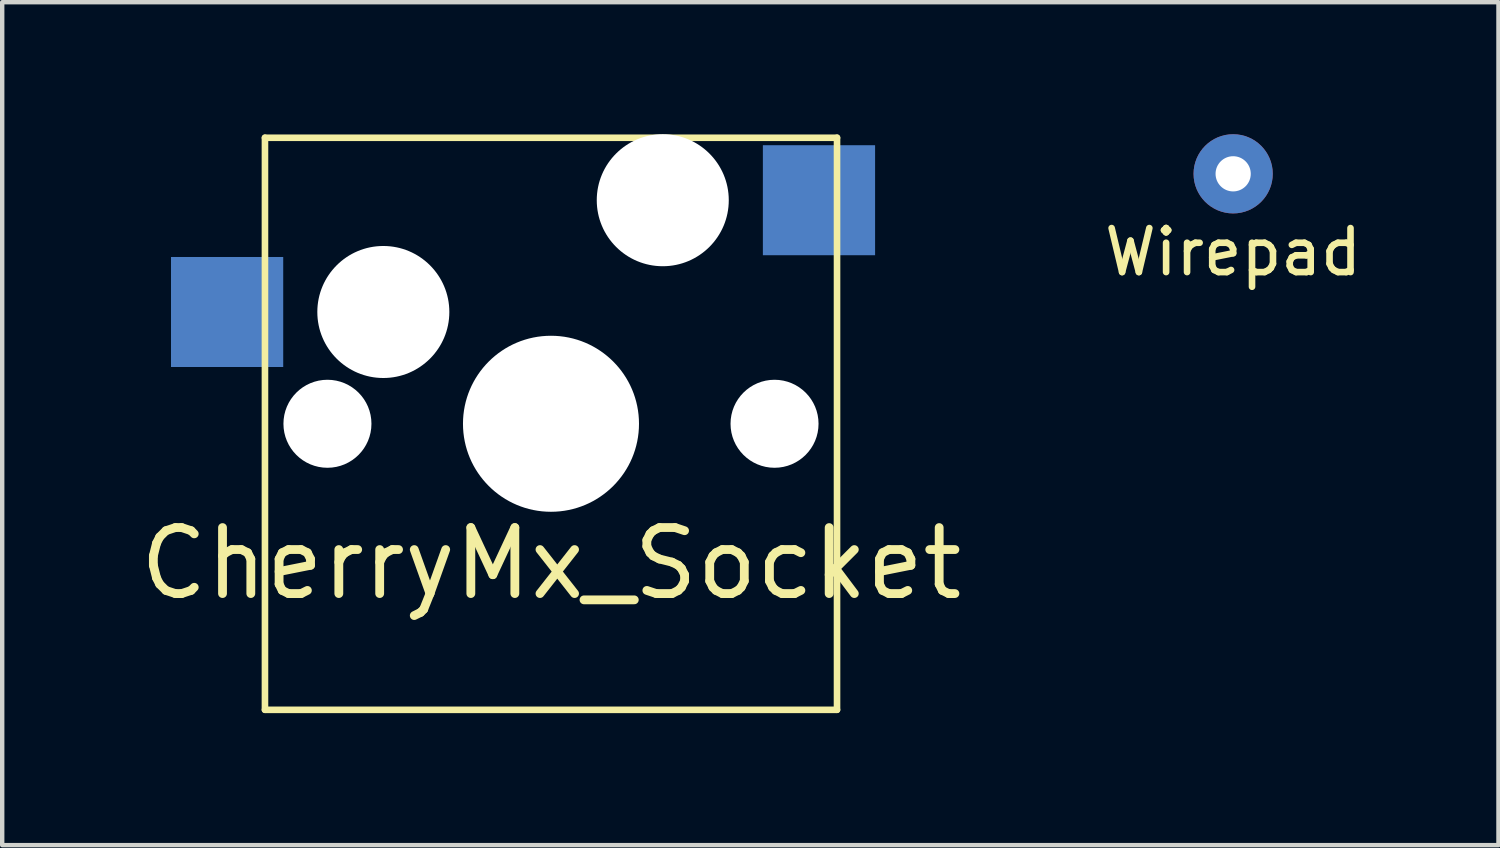
<source format=kicad_pcb>
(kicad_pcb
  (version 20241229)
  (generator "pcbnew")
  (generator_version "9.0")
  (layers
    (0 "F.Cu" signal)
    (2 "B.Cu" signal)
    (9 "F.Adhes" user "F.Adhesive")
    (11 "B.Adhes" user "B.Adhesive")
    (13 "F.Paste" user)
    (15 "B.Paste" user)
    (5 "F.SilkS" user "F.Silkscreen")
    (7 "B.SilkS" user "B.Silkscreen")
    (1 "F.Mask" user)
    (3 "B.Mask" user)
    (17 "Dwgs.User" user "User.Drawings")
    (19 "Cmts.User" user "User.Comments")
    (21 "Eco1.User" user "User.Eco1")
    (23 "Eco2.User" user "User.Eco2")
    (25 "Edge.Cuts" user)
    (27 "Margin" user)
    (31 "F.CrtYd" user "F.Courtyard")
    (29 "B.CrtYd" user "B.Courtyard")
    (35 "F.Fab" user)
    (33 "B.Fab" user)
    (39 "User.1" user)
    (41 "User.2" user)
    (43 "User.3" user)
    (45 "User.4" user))
  (footprint "Wirepad"
    (layer "F.Cu")
    (at 24.973 0.9)
    (property "Reference" "Wirepad" (at 0 1.778 0) (layer "F.SilkS") (effects (font (size 1 1) (thickness 0.15))))
    (attr through_hole)
    (pad "1" thru_hole circle (at 0 0) (size 1.8 1.8) (drill 0.8) (layers "*.Cu" "F.Mask")))
  (footprint "CherryMx_Socket"
    (layer "F.Cu")
    (at 9.471 6.58)
    (property "Reference" "CherryMx_Socket" (at 0 3.175 180) (layer "F.SilkS") (effects (font (size 1.5 1.5) (thickness 0.2))))
    (attr through_hole)
    (fp_line (start -6.5 -6.5) (end 6.5 -6.5) (stroke (width 0.15) (type solid)) (layer "F.SilkS"))
    (fp_line (start -6.5 6.5) (end -6.5 -6.5) (stroke (width 0.15) (type solid)) (layer "F.SilkS"))
    (fp_line (start 6.5 -6.5) (end 6.5 6.5) (stroke (width 0.15) (type solid)) (layer "F.SilkS"))
    (fp_line (start 6.5 6.5) (end -6.5 6.5) (stroke (width 0.15) (type solid)) (layer "F.SilkS"))
    (fp_arc (start -0.25 0) (mid 0 -0.25) (end 0.25 0) (stroke (width 0.1) (type solid)) (layer "B.SilkS"))
    (fp_arc (start 0.25 0) (mid 0 0.25) (end -0.25 0) (stroke (width 0.1) (type solid)) (layer "B.SilkS"))
    (pad "" np_thru_hole circle (at -5.08 0) (size 2 2) (drill 2) (layers "*.Cu" "*.Mask"))
    (pad "" np_thru_hole circle (at -3.81 -2.54) (size 3 3) (drill 3) (layers "*.Cu" "*.Mask"))
    (pad "" np_thru_hole circle (at 0 0) (size 4 4) (drill 4) (layers "*.Cu" "*.Mask"))
    (pad "" np_thru_hole circle (at 2.54 -5.08) (size 3 3) (drill 3) (layers "*.Cu" "*.Mask"))
    (pad "" np_thru_hole circle (at 5.08 0) (size 2 2) (drill 2) (layers "*.Cu" "*.Mask"))
    (pad "1" smd rect (at -7.36 -2.54) (size 2.55 2.5) (layers "B.Cu" "B.Mask" "B.Paste"))
    (pad "2" smd rect (at 6.09 -5.08) (size 2.55 2.5) (layers "B.Cu" "B.Mask" "B.Paste")))
  (gr_rect
    (start -3 -3)
    (end 31.002 16.155)
    (stroke (width 0.1) (type default))
    (fill no)
    (layer "Edge.Cuts")))
</source>
